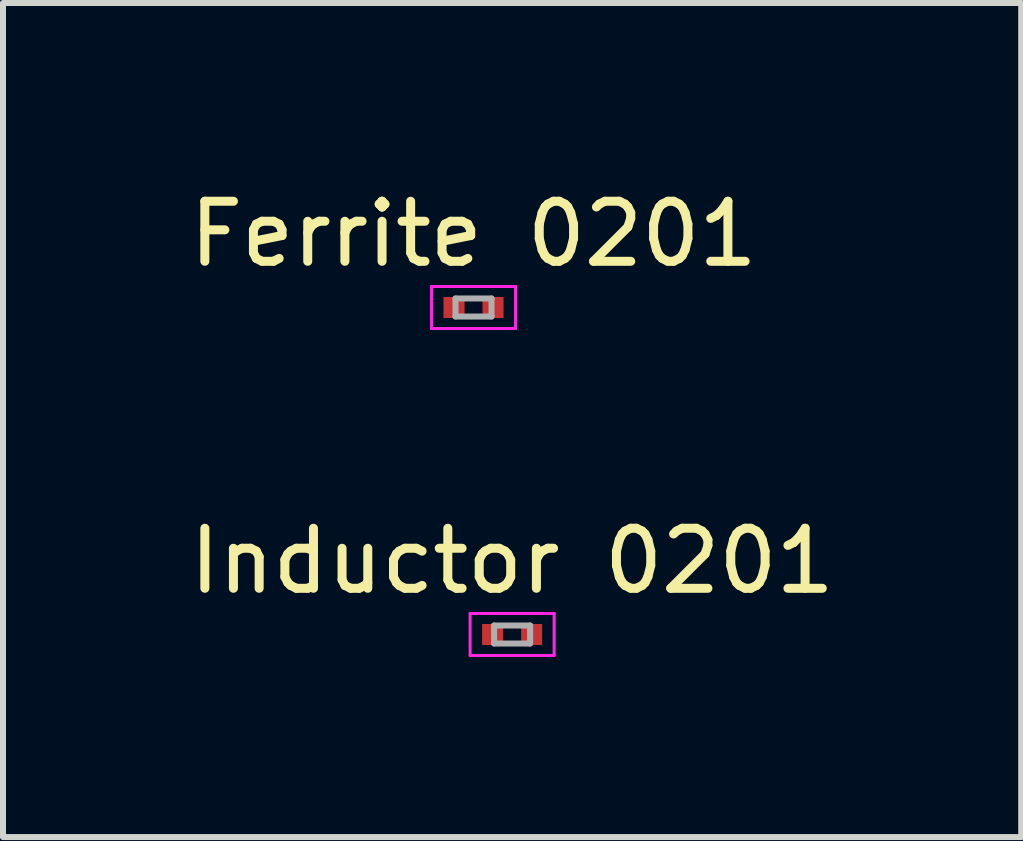
<source format=kicad_pcb>
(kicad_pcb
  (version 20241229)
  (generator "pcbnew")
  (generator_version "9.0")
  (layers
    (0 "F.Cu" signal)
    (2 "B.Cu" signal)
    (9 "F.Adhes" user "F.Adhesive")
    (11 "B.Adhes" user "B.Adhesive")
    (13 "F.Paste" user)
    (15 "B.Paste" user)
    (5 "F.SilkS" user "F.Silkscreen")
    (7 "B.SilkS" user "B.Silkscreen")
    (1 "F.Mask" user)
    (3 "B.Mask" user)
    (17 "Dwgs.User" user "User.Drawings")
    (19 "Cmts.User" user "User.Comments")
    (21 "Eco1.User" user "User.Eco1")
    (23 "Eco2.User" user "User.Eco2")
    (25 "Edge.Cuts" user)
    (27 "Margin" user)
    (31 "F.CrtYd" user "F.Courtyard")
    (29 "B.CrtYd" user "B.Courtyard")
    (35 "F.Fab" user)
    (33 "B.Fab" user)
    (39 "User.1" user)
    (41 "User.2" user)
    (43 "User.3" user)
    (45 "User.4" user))
  (footprint "Ferrite 0201"
    (layer "F.Cu")
    (at 4.839 2.073)
    (property "Reference" "Ferrite 0201" (at 0 -1.225 0) (layer "F.SilkS") (effects (font (size 1 1) (thickness 0.15))))
    (attr smd)
    (fp_line (start -0.7 -0.35) (end 0.7 -0.35) (stroke (width 0.05) (type solid)) (layer "F.CrtYd"))
    (fp_line (start -0.7 0.35) (end -0.7 -0.35) (stroke (width 0.05) (type solid)) (layer "F.CrtYd"))
    (fp_line (start 0.7 -0.35) (end 0.7 0.35) (stroke (width 0.05) (type solid)) (layer "F.CrtYd"))
    (fp_line (start 0.7 0.35) (end -0.7 0.35) (stroke (width 0.05) (type solid)) (layer "F.CrtYd"))
    (fp_line (start -0.3 -0.15) (end 0.3 -0.15) (stroke (width 0.1) (type solid)) (layer "F.Fab"))
    (fp_line (start -0.3 0.15) (end -0.3 -0.15) (stroke (width 0.1) (type solid)) (layer "F.Fab"))
    (fp_line (start 0.3 -0.15) (end 0.3 0.15) (stroke (width 0.1) (type solid)) (layer "F.Fab"))
    (fp_line (start 0.3 0.15) (end -0.3 0.15) (stroke (width 0.1) (type solid)) (layer "F.Fab"))
    (pad "" smd roundrect (at -0.34 0) (size 0.28 0.32) (layers "F.Paste") (roundrect_rratio 0.1))
    (pad "" smd roundrect (at 0.34 0) (size 0.28 0.32) (layers "F.Paste") (roundrect_rratio 0.1))
    (pad "1" smd rect (at -0.325 0) (size 0.35 0.35) (layers "F.Cu" "F.Mask"))
    (pad "2" smd rect (at 0.325 0) (size 0.35 0.35) (layers "F.Cu" "F.Mask")))
  (footprint "Inductor 0201"
    (layer "F.Cu")
    (at 5.482 7.521)
    (property "Reference" "Inductor 0201" (at 0 -1.225 0) (layer "F.SilkS") (effects (font (size 1 1) (thickness 0.15))))
    (attr smd)
    (fp_line (start -0.7 -0.35) (end 0.7 -0.35) (stroke (width 0.05) (type solid)) (layer "F.CrtYd"))
    (fp_line (start -0.7 0.35) (end -0.7 -0.35) (stroke (width 0.05) (type solid)) (layer "F.CrtYd"))
    (fp_line (start 0.7 -0.35) (end 0.7 0.35) (stroke (width 0.05) (type solid)) (layer "F.CrtYd"))
    (fp_line (start 0.7 0.35) (end -0.7 0.35) (stroke (width 0.05) (type solid)) (layer "F.CrtYd"))
    (fp_line (start -0.3 -0.15) (end 0.3 -0.15) (stroke (width 0.1) (type solid)) (layer "F.Fab"))
    (fp_line (start -0.3 0.15) (end -0.3 -0.15) (stroke (width 0.1) (type solid)) (layer "F.Fab"))
    (fp_line (start 0.3 -0.15) (end 0.3 0.15) (stroke (width 0.1) (type solid)) (layer "F.Fab"))
    (fp_line (start 0.3 0.15) (end -0.3 0.15) (stroke (width 0.1) (type solid)) (layer "F.Fab"))
    (pad "" smd roundrect (at -0.34 0) (size 0.28 0.32) (layers "F.Paste") (roundrect_rratio 0.1))
    (pad "" smd roundrect (at 0.34 0) (size 0.28 0.32) (layers "F.Paste") (roundrect_rratio 0.1))
    (pad "1" smd rect (at -0.325 0) (size 0.35 0.35) (layers "F.Cu" "F.Mask"))
    (pad "2" smd rect (at 0.325 0) (size 0.35 0.35) (layers "F.Cu" "F.Mask")))
  (gr_rect
    (start -3 -3)
    (end 13.964 10.896)
    (stroke (width 0.1) (type default))
    (fill no)
    (layer "Edge.Cuts")))
</source>
